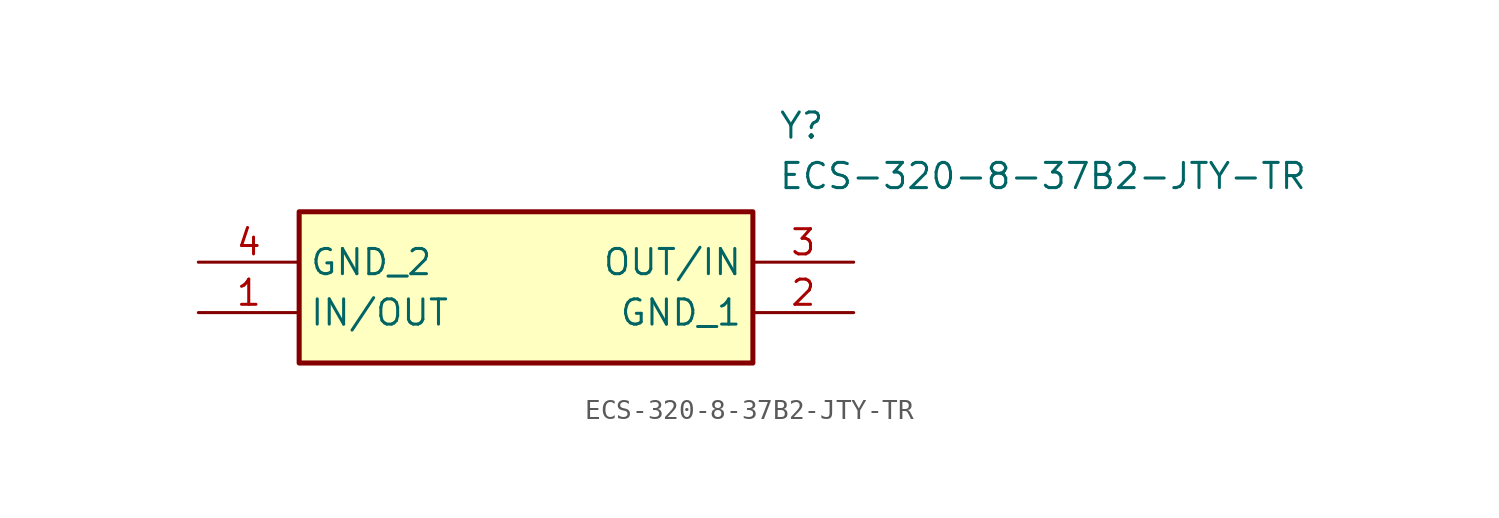
<source format=kicad_sym>
(kicad_symbol_lib
  (version 20211014)
  (generator SamacSys_ECAD_Model)
  (symbol "ECS-320-8-37B2-JTY-TR"
    (property "Reference" "Y"
      (at 29.21 7.62 0)
      (effects (font (size 1.27 1.27)) (justify left top)))
    (property "Value" "ECS-320-8-37B2-JTY-TR"
      (at 29.21 5.08 0)
      (effects (font (size 1.27 1.27)) (justify left top)))
    (rectangle
      (start 5.08 2.54)
      (end 27.94 -5.08)
      (stroke (width 0.254) (type default))
      (fill (type background)))
    (pin passive line
      (at 0 -2.54 0)
      (length 5.08)
      (name "IN/OUT" (effects (font (size 1.27 1.27))))
      (number "1" (effects (font (size 1.27 1.27)))))
    (pin passive line
      (at 33.02 -2.54 180)
      (length 5.08)
      (name "GND_1" (effects (font (size 1.27 1.27))))
      (number "2" (effects (font (size 1.27 1.27)))))
    (pin passive line
      (at 33.02 0 180)
      (length 5.08)
      (name "OUT/IN" (effects (font (size 1.27 1.27))))
      (number "3" (effects (font (size 1.27 1.27)))))
    (pin passive line
      (at 0 0 0)
      (length 5.08)
      (name "GND_2" (effects (font (size 1.27 1.27))))
      (number "4" (effects (font (size 1.27 1.27)))))))
</source>
